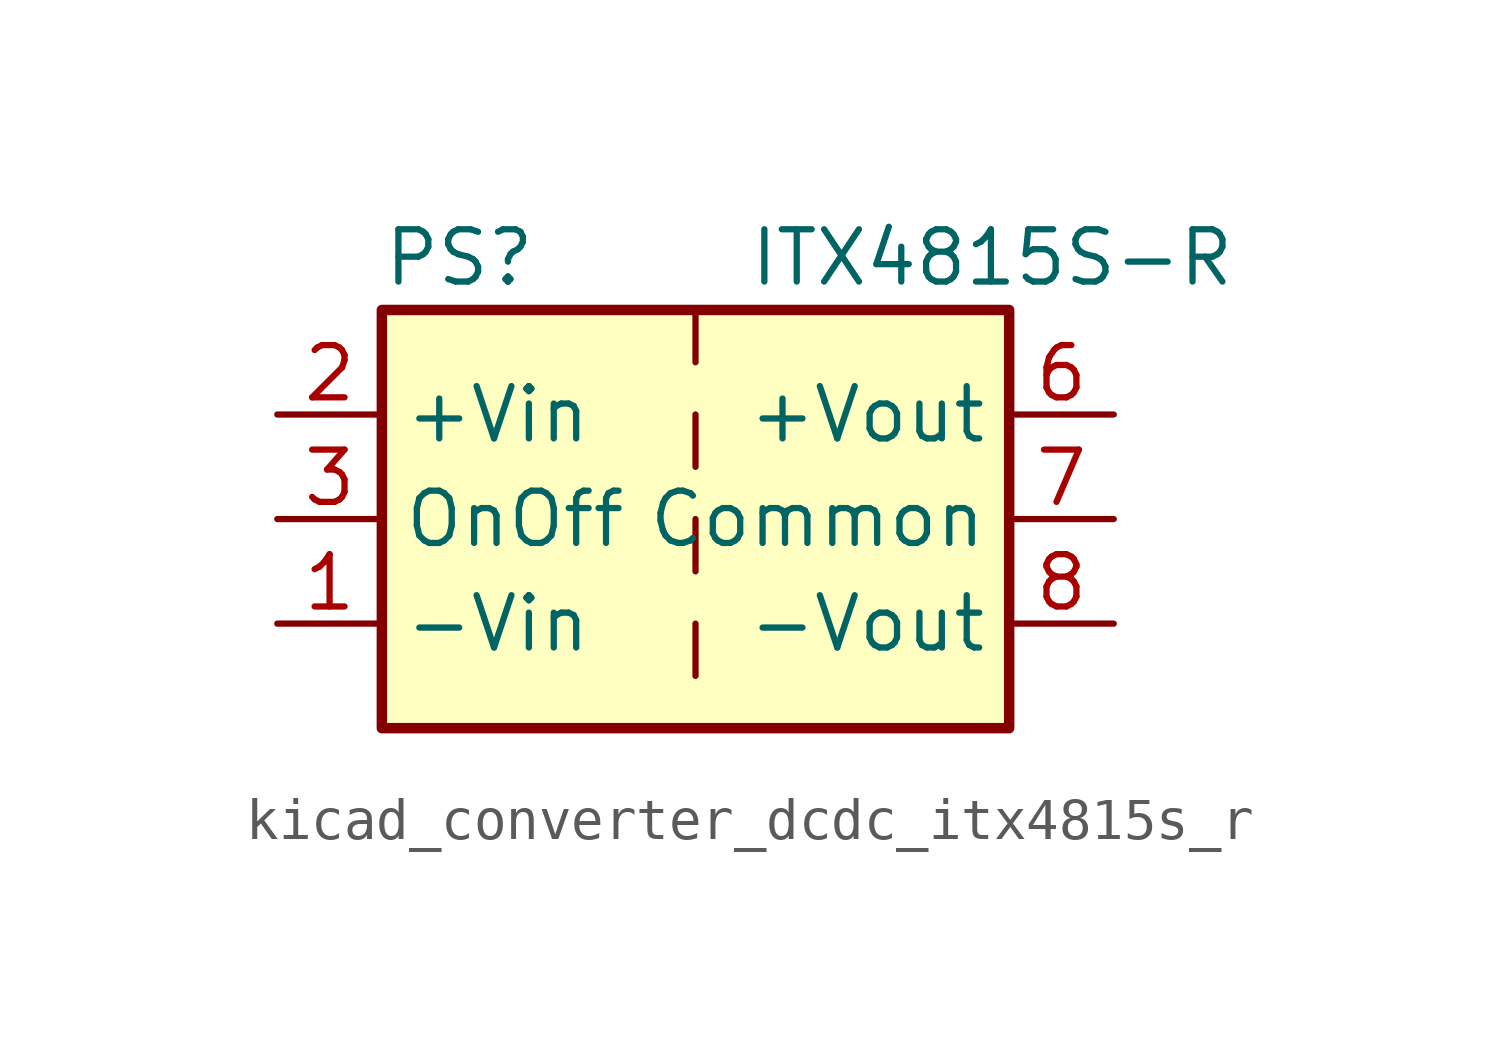
<source format=kicad_sym>
(kicad_symbol_lib
  (version 20220914)
  (generator kicad_symbol_editor)
  (symbol "kicad_converter_dcdc_itx4815s_r"
    (property "Reference" "PS"
      (at -7.62 6.35 0)
      (effects (font (size 1.27 1.27)) (justify left)))
    (property "Value" "ITX4815S-R"
      (at 1.27 6.35 0)
      (effects (font (size 1.27 1.27)) (justify left)))
    (symbol "kicad_converter_dcdc_itx4815s_r_0_0"
      (pin power_in line (at -10.16 -2.54 0) (length 2.54) (name "-Vin" (effects (font (size 1.27 1.27)))) (number "1" (effects (font (size 1.27 1.27)))))
      (pin power_in line (at -10.16 2.54 0) (length 2.54) (name "+Vin" (effects (font (size 1.27 1.27)))) (number "2" (effects (font (size 1.27 1.27)))))
      (pin input line (at -10.16 0 0) (length 2.54) (name "OnOff" (effects (font (size 1.27 1.27)))) (number "3" (effects (font (size 1.27 1.27)))))
      (pin no_connect line (at 0 5.08 270) (length 2.54) hide (name "NC" (effects (font (size 1.27 1.27)))) (number "5" (effects (font (size 1.27 1.27)))))
      (pin power_out line (at 10.16 2.54 180) (length 2.54) (name "+Vout" (effects (font (size 1.27 1.27)))) (number "6" (effects (font (size 1.27 1.27)))))
      (pin power_out line (at 10.16 0 180) (length 2.54) (name "Common" (effects (font (size 1.27 1.27)))) (number "7" (effects (font (size 1.27 1.27)))))
      (pin power_out line (at 10.16 -2.54 180) (length 2.54) (name "-Vout" (effects (font (size 1.27 1.27)))) (number "8" (effects (font (size 1.27 1.27))))))
    (symbol "kicad_converter_dcdc_itx4815s_r_0_1"
      (rectangle (start -7.62 5.08) (end 7.62 -5.08) (stroke (width 0.254) (type default)) (fill (type background)))
      (polyline (pts (xy 0 -2.54) (xy 0 -3.81)) (stroke (width 0) (type default)) (fill (type none)))
      (polyline (pts (xy 0 0) (xy 0 -1.27)) (stroke (width 0) (type default)) (fill (type none)))
      (polyline (pts (xy 0 2.54) (xy 0 1.27)) (stroke (width 0) (type default)) (fill (type none)))
      (polyline (pts (xy 0 5.08) (xy 0 3.81)) (stroke (width 0) (type default)) (fill (type none))))))
</source>
